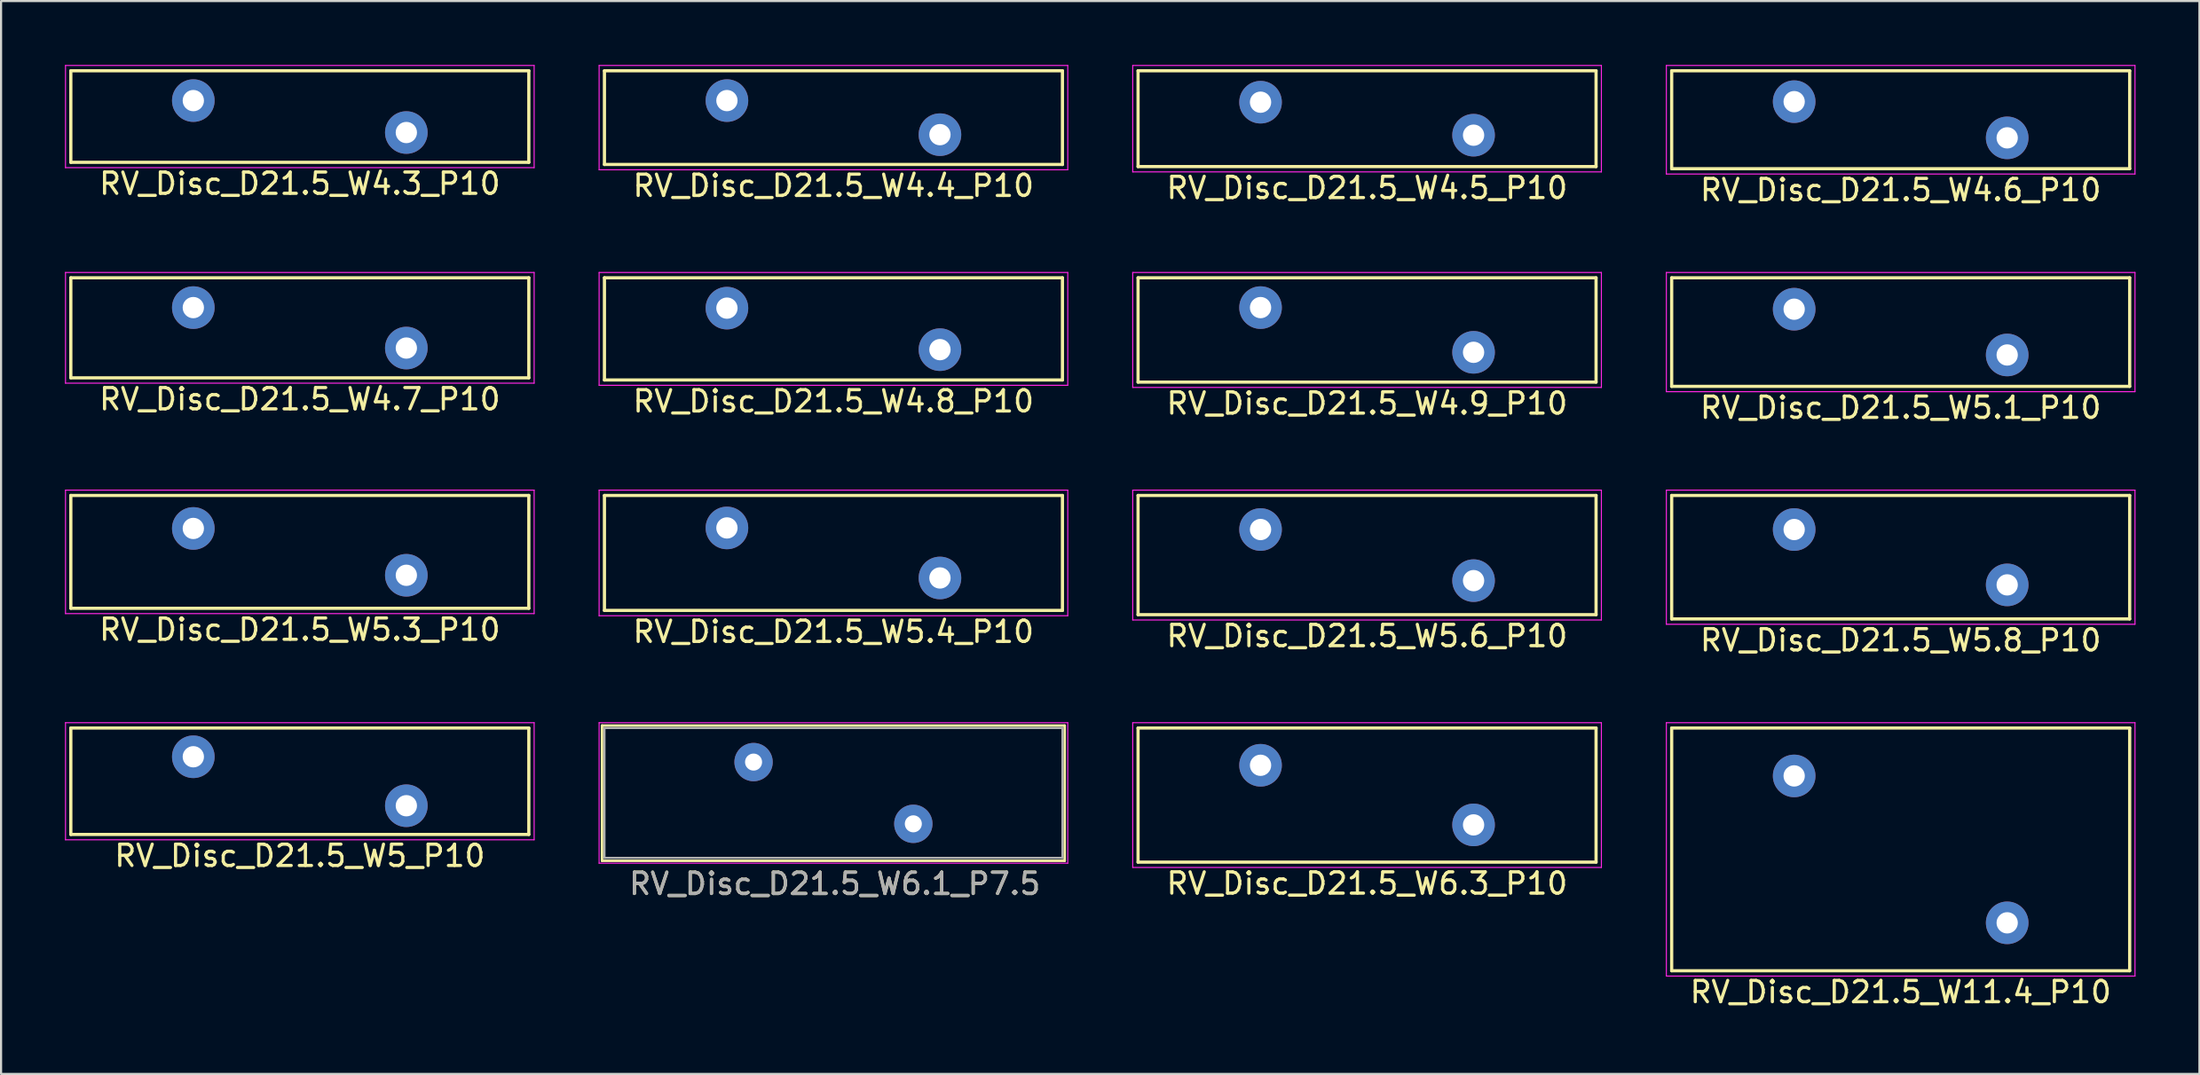
<source format=kicad_pcb>
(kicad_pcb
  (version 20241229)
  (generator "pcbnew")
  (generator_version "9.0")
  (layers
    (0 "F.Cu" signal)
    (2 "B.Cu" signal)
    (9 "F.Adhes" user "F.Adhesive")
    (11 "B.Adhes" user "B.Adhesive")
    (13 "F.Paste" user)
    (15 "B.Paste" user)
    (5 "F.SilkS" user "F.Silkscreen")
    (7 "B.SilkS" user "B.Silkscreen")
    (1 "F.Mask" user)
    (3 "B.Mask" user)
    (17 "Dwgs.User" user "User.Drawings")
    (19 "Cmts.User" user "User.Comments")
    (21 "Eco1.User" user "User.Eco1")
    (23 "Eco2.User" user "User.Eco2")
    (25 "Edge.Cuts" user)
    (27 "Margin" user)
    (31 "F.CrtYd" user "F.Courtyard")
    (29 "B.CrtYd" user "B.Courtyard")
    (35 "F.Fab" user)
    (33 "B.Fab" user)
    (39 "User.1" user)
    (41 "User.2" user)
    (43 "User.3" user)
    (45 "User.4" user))
  (footprint "RV_Disc_D21.5_W4.4_P10"
    (layer "F.Cu")
    (at 31.075 1.675)
    (property "Reference" "RV_Disc_D21.5_W4.4_P10" (at 5 4 0) (layer "F.SilkS") (effects (font (size 1 1) (thickness 0.15))))
    (attr through_hole)
    (fp_line (start -5.75 -1.4) (end -5.75 3) (stroke (width 0.15) (type solid)) (layer "F.SilkS"))
    (fp_line (start -5.75 -1.4) (end 15.75 -1.4) (stroke (width 0.15) (type solid)) (layer "F.SilkS"))
    (fp_line (start -5.75 3) (end 15.75 3) (stroke (width 0.15) (type solid)) (layer "F.SilkS"))
    (fp_line (start 15.75 -1.4) (end 15.75 3) (stroke (width 0.15) (type solid)) (layer "F.SilkS"))
    (fp_line (start -6 -1.65) (end -6 3.25) (stroke (width 0.05) (type solid)) (layer "F.CrtYd"))
    (fp_line (start -6 -1.65) (end 16 -1.65) (stroke (width 0.05) (type solid)) (layer "F.CrtYd"))
    (fp_line (start -6 3.25) (end 16 3.25) (stroke (width 0.05) (type solid)) (layer "F.CrtYd"))
    (fp_line (start 16 -1.65) (end 16 3.25) (stroke (width 0.05) (type solid)) (layer "F.CrtYd"))
    (pad "1" thru_hole circle (at 0 0) (size 2 2) (drill 1) (layers "*.Cu" "*.Mask"))
    (pad "2" thru_hole circle (at 10 1.6) (size 2 2) (drill 1) (layers "*.Cu" "*.Mask")))
  (footprint "RV_Disc_D21.5_W5.8_P10"
    (layer "F.Cu")
    (at 81.175 21.822)
    (property "Reference" "RV_Disc_D21.5_W5.8_P10" (at 5 5.2 0) (layer "F.SilkS") (effects (font (size 1 1) (thickness 0.15))))
    (attr through_hole)
    (fp_line (start -5.75 -1.6) (end -5.75 4.2) (stroke (width 0.15) (type solid)) (layer "F.SilkS"))
    (fp_line (start -5.75 -1.6) (end 15.75 -1.6) (stroke (width 0.15) (type solid)) (layer "F.SilkS"))
    (fp_line (start -5.75 4.2) (end 15.75 4.2) (stroke (width 0.15) (type solid)) (layer "F.SilkS"))
    (fp_line (start 15.75 -1.6) (end 15.75 4.2) (stroke (width 0.15) (type solid)) (layer "F.SilkS"))
    (fp_line (start -6 -1.85) (end -6 4.45) (stroke (width 0.05) (type solid)) (layer "F.CrtYd"))
    (fp_line (start -6 -1.85) (end 16 -1.85) (stroke (width 0.05) (type solid)) (layer "F.CrtYd"))
    (fp_line (start -6 4.45) (end 16 4.45) (stroke (width 0.05) (type solid)) (layer "F.CrtYd"))
    (fp_line (start 16 -1.85) (end 16 4.45) (stroke (width 0.05) (type solid)) (layer "F.CrtYd"))
    (pad "1" thru_hole circle (at 0 0) (size 2 2) (drill 1) (layers "*.Cu" "*.Mask"))
    (pad "2" thru_hole circle (at 10 2.6) (size 2 2) (drill 1) (layers "*.Cu" "*.Mask")))
  (footprint "RV_Disc_D21.5_W4.8_P10"
    (layer "F.Cu")
    (at 31.075 11.423)
    (property "Reference" "RV_Disc_D21.5_W4.8_P10" (at 5 4.375 0) (layer "F.SilkS") (effects (font (size 1 1) (thickness 0.15))))
    (attr through_hole)
    (fp_line (start -5.75 -1.425) (end -5.75 3.375) (stroke (width 0.15) (type solid)) (layer "F.SilkS"))
    (fp_line (start -5.75 -1.425) (end 15.75 -1.425) (stroke (width 0.15) (type solid)) (layer "F.SilkS"))
    (fp_line (start -5.75 3.375) (end 15.75 3.375) (stroke (width 0.15) (type solid)) (layer "F.SilkS"))
    (fp_line (start 15.75 -1.425) (end 15.75 3.375) (stroke (width 0.15) (type solid)) (layer "F.SilkS"))
    (fp_line (start -6 -1.675) (end -6 3.625) (stroke (width 0.05) (type solid)) (layer "F.CrtYd"))
    (fp_line (start -6 -1.675) (end 16 -1.675) (stroke (width 0.05) (type solid)) (layer "F.CrtYd"))
    (fp_line (start -6 3.625) (end 16 3.625) (stroke (width 0.05) (type solid)) (layer "F.CrtYd"))
    (fp_line (start 16 -1.675) (end 16 3.625) (stroke (width 0.05) (type solid)) (layer "F.CrtYd"))
    (pad "1" thru_hole circle (at 0 0) (size 2 2) (drill 1) (layers "*.Cu" "*.Mask"))
    (pad "2" thru_hole circle (at 10 1.95) (size 2 2) (drill 1) (layers "*.Cu" "*.Mask")))
  (footprint "RV_Disc_D21.5_W4.9_P10"
    (layer "F.Cu")
    (at 56.125 11.398)
    (property "Reference" "RV_Disc_D21.5_W4.9_P10" (at 5 4.5 0) (layer "F.SilkS") (effects (font (size 1 1) (thickness 0.15))))
    (attr through_hole)
    (fp_line (start -5.75 -1.4) (end -5.75 3.5) (stroke (width 0.15) (type solid)) (layer "F.SilkS"))
    (fp_line (start -5.75 -1.4) (end 15.75 -1.4) (stroke (width 0.15) (type solid)) (layer "F.SilkS"))
    (fp_line (start -5.75 3.5) (end 15.75 3.5) (stroke (width 0.15) (type solid)) (layer "F.SilkS"))
    (fp_line (start 15.75 -1.4) (end 15.75 3.5) (stroke (width 0.15) (type solid)) (layer "F.SilkS"))
    (fp_line (start -6 -1.65) (end -6 3.75) (stroke (width 0.05) (type solid)) (layer "F.CrtYd"))
    (fp_line (start -6 -1.65) (end 16 -1.65) (stroke (width 0.05) (type solid)) (layer "F.CrtYd"))
    (fp_line (start -6 3.75) (end 16 3.75) (stroke (width 0.05) (type solid)) (layer "F.CrtYd"))
    (fp_line (start 16 -1.65) (end 16 3.75) (stroke (width 0.05) (type solid)) (layer "F.CrtYd"))
    (pad "1" thru_hole circle (at 0 0) (size 2 2) (drill 1) (layers "*.Cu" "*.Mask"))
    (pad "2" thru_hole circle (at 10 2.1) (size 2 2) (drill 1) (layers "*.Cu" "*.Mask")))
  (footprint "RV_Disc_D21.5_W4.6_P10"
    (layer "F.Cu")
    (at 81.175 1.725)
    (property "Reference" "RV_Disc_D21.5_W4.6_P10" (at 5 4.15 0) (layer "F.SilkS") (effects (font (size 1 1) (thickness 0.15))))
    (attr through_hole)
    (fp_line (start -5.75 -1.45) (end -5.75 3.15) (stroke (width 0.15) (type solid)) (layer "F.SilkS"))
    (fp_line (start -5.75 -1.45) (end 15.75 -1.45) (stroke (width 0.15) (type solid)) (layer "F.SilkS"))
    (fp_line (start -5.75 3.15) (end 15.75 3.15) (stroke (width 0.15) (type solid)) (layer "F.SilkS"))
    (fp_line (start 15.75 -1.45) (end 15.75 3.15) (stroke (width 0.15) (type solid)) (layer "F.SilkS"))
    (fp_line (start -6 -1.7) (end -6 3.4) (stroke (width 0.05) (type solid)) (layer "F.CrtYd"))
    (fp_line (start -6 -1.7) (end 16 -1.7) (stroke (width 0.05) (type solid)) (layer "F.CrtYd"))
    (fp_line (start -6 3.4) (end 16 3.4) (stroke (width 0.05) (type solid)) (layer "F.CrtYd"))
    (fp_line (start 16 -1.7) (end 16 3.4) (stroke (width 0.05) (type solid)) (layer "F.CrtYd"))
    (pad "1" thru_hole circle (at 0 0) (size 2 2) (drill 1) (layers "*.Cu" "*.Mask"))
    (pad "2" thru_hole circle (at 10 1.7) (size 2 2) (drill 1) (layers "*.Cu" "*.Mask")))
  (footprint "RV_Disc_D21.5_W5_P10"
    (layer "F.Cu")
    (at 6.025 32.495)
    (property "Reference" "RV_Disc_D21.5_W5_P10" (at 5 4.65 0) (layer "F.SilkS") (effects (font (size 1 1) (thickness 0.15))))
    (attr through_hole)
    (fp_line (start -5.75 -1.35) (end -5.75 3.65) (stroke (width 0.15) (type solid)) (layer "F.SilkS"))
    (fp_line (start -5.75 -1.35) (end 15.75 -1.35) (stroke (width 0.15) (type solid)) (layer "F.SilkS"))
    (fp_line (start -5.75 3.65) (end 15.75 3.65) (stroke (width 0.15) (type solid)) (layer "F.SilkS"))
    (fp_line (start 15.75 -1.35) (end 15.75 3.65) (stroke (width 0.15) (type solid)) (layer "F.SilkS"))
    (fp_line (start -6 -1.6) (end -6 3.9) (stroke (width 0.05) (type solid)) (layer "F.CrtYd"))
    (fp_line (start -6 -1.6) (end 16 -1.6) (stroke (width 0.05) (type solid)) (layer "F.CrtYd"))
    (fp_line (start -6 3.9) (end 16 3.9) (stroke (width 0.05) (type solid)) (layer "F.CrtYd"))
    (fp_line (start 16 -1.6) (end 16 3.9) (stroke (width 0.05) (type solid)) (layer "F.CrtYd"))
    (pad "1" thru_hole circle (at 0 0) (size 2 2) (drill 1) (layers "*.Cu" "*.Mask"))
    (pad "2" thru_hole circle (at 10 2.3) (size 2 2) (drill 1) (layers "*.Cu" "*.Mask")))
  (footprint "RV_Disc_D21.5_W5.3_P10"
    (layer "F.Cu")
    (at 6.025 21.771)
    (property "Reference" "RV_Disc_D21.5_W5.3_P10" (at 5 4.75 0) (layer "F.SilkS") (effects (font (size 1 1) (thickness 0.15))))
    (attr through_hole)
    (fp_line (start -5.75 -1.55) (end -5.75 3.75) (stroke (width 0.15) (type solid)) (layer "F.SilkS"))
    (fp_line (start -5.75 -1.55) (end 15.75 -1.55) (stroke (width 0.15) (type solid)) (layer "F.SilkS"))
    (fp_line (start -5.75 3.75) (end 15.75 3.75) (stroke (width 0.15) (type solid)) (layer "F.SilkS"))
    (fp_line (start 15.75 -1.55) (end 15.75 3.75) (stroke (width 0.15) (type solid)) (layer "F.SilkS"))
    (fp_line (start -6 -1.8) (end -6 4) (stroke (width 0.05) (type solid)) (layer "F.CrtYd"))
    (fp_line (start -6 -1.8) (end 16 -1.8) (stroke (width 0.05) (type solid)) (layer "F.CrtYd"))
    (fp_line (start -6 4) (end 16 4) (stroke (width 0.05) (type solid)) (layer "F.CrtYd"))
    (fp_line (start 16 -1.8) (end 16 4) (stroke (width 0.05) (type solid)) (layer "F.CrtYd"))
    (pad "1" thru_hole circle (at 0 0) (size 2 2) (drill 1) (layers "*.Cu" "*.Mask"))
    (pad "2" thru_hole circle (at 10 2.2) (size 2 2) (drill 1) (layers "*.Cu" "*.Mask")))
  (footprint "RV_Disc_D21.5_W4.3_P10"
    (layer "F.Cu")
    (at 6.025 1.675)
    (property "Reference" "RV_Disc_D21.5_W4.3_P10" (at 5 3.9 0) (layer "F.SilkS") (effects (font (size 1 1) (thickness 0.15))))
    (attr through_hole)
    (fp_line (start -5.75 -1.4) (end -5.75 2.9) (stroke (width 0.15) (type solid)) (layer "F.SilkS"))
    (fp_line (start -5.75 -1.4) (end 15.75 -1.4) (stroke (width 0.15) (type solid)) (layer "F.SilkS"))
    (fp_line (start -5.75 2.9) (end 15.75 2.9) (stroke (width 0.15) (type solid)) (layer "F.SilkS"))
    (fp_line (start 15.75 -1.4) (end 15.75 2.9) (stroke (width 0.15) (type solid)) (layer "F.SilkS"))
    (fp_line (start -6 -1.65) (end -6 3.15) (stroke (width 0.05) (type solid)) (layer "F.CrtYd"))
    (fp_line (start -6 -1.65) (end 16 -1.65) (stroke (width 0.05) (type solid)) (layer "F.CrtYd"))
    (fp_line (start -6 3.15) (end 16 3.15) (stroke (width 0.05) (type solid)) (layer "F.CrtYd"))
    (fp_line (start 16 -1.65) (end 16 3.15) (stroke (width 0.05) (type solid)) (layer "F.CrtYd"))
    (pad "1" thru_hole circle (at 0 0) (size 2 2) (drill 1) (layers "*.Cu" "*.Mask"))
    (pad "2" thru_hole circle (at 10 1.5) (size 2 2) (drill 1) (layers "*.Cu" "*.Mask")))
  (footprint "RV_Disc_D21.5_W5.1_P10"
    (layer "F.Cu")
    (at 81.175 11.473)
    (property "Reference" "RV_Disc_D21.5_W5.1_P10" (at 5 4.625 0) (layer "F.SilkS") (effects (font (size 1 1) (thickness 0.15))))
    (attr through_hole)
    (fp_line (start -5.75 -1.475) (end -5.75 3.625) (stroke (width 0.15) (type solid)) (layer "F.SilkS"))
    (fp_line (start -5.75 -1.475) (end 15.75 -1.475) (stroke (width 0.15) (type solid)) (layer "F.SilkS"))
    (fp_line (start -5.75 3.625) (end 15.75 3.625) (stroke (width 0.15) (type solid)) (layer "F.SilkS"))
    (fp_line (start 15.75 -1.475) (end 15.75 3.625) (stroke (width 0.15) (type solid)) (layer "F.SilkS"))
    (fp_line (start -6 -1.725) (end -6 3.875) (stroke (width 0.05) (type solid)) (layer "F.CrtYd"))
    (fp_line (start -6 -1.725) (end 16 -1.725) (stroke (width 0.05) (type solid)) (layer "F.CrtYd"))
    (fp_line (start -6 3.875) (end 16 3.875) (stroke (width 0.05) (type solid)) (layer "F.CrtYd"))
    (fp_line (start 16 -1.725) (end 16 3.875) (stroke (width 0.05) (type solid)) (layer "F.CrtYd"))
    (pad "1" thru_hole circle (at 0 0) (size 2 2) (drill 1) (layers "*.Cu" "*.Mask"))
    (pad "2" thru_hole circle (at 10 2.15) (size 2 2) (drill 1) (layers "*.Cu" "*.Mask")))
  (footprint "RV_Disc_D21.5_W4.7_P10"
    (layer "F.Cu")
    (at 6.025 11.398)
    (property "Reference" "RV_Disc_D21.5_W4.7_P10" (at 5 4.3 0) (layer "F.SilkS") (effects (font (size 1 1) (thickness 0.15))))
    (attr through_hole)
    (fp_line (start -5.75 -1.4) (end -5.75 3.3) (stroke (width 0.15) (type solid)) (layer "F.SilkS"))
    (fp_line (start -5.75 -1.4) (end 15.75 -1.4) (stroke (width 0.15) (type solid)) (layer "F.SilkS"))
    (fp_line (start -5.75 3.3) (end 15.75 3.3) (stroke (width 0.15) (type solid)) (layer "F.SilkS"))
    (fp_line (start 15.75 -1.4) (end 15.75 3.3) (stroke (width 0.15) (type solid)) (layer "F.SilkS"))
    (fp_line (start -6 -1.65) (end -6 3.55) (stroke (width 0.05) (type solid)) (layer "F.CrtYd"))
    (fp_line (start -6 -1.65) (end 16 -1.65) (stroke (width 0.05) (type solid)) (layer "F.CrtYd"))
    (fp_line (start -6 3.55) (end 16 3.55) (stroke (width 0.05) (type solid)) (layer "F.CrtYd"))
    (fp_line (start 16 -1.65) (end 16 3.55) (stroke (width 0.05) (type solid)) (layer "F.CrtYd"))
    (pad "1" thru_hole circle (at 0 0) (size 2 2) (drill 1) (layers "*.Cu" "*.Mask"))
    (pad "2" thru_hole circle (at 10 1.9) (size 2 2) (drill 1) (layers "*.Cu" "*.Mask")))
  (footprint "RV_Disc_D21.5_W6.3_P10"
    (layer "F.Cu")
    (at 56.125 32.895)
    (property "Reference" "RV_Disc_D21.5_W6.3_P10" (at 5 5.55 0) (layer "F.SilkS") (effects (font (size 1 1) (thickness 0.15))))
    (attr through_hole)
    (fp_line (start -5.75 -1.75) (end -5.75 4.55) (stroke (width 0.15) (type solid)) (layer "F.SilkS"))
    (fp_line (start -5.75 -1.75) (end 15.75 -1.75) (stroke (width 0.15) (type solid)) (layer "F.SilkS"))
    (fp_line (start -5.75 4.55) (end 15.75 4.55) (stroke (width 0.15) (type solid)) (layer "F.SilkS"))
    (fp_line (start 15.75 -1.75) (end 15.75 4.55) (stroke (width 0.15) (type solid)) (layer "F.SilkS"))
    (fp_line (start -6 -2) (end -6 4.8) (stroke (width 0.05) (type solid)) (layer "F.CrtYd"))
    (fp_line (start -6 -2) (end 16 -2) (stroke (width 0.05) (type solid)) (layer "F.CrtYd"))
    (fp_line (start -6 4.8) (end 16 4.8) (stroke (width 0.05) (type solid)) (layer "F.CrtYd"))
    (fp_line (start 16 -2) (end 16 4.8) (stroke (width 0.05) (type solid)) (layer "F.CrtYd"))
    (pad "1" thru_hole circle (at 0 0) (size 2 2) (drill 1) (layers "*.Cu" "*.Mask"))
    (pad "2" thru_hole circle (at 10 2.8) (size 2 2) (drill 1) (layers "*.Cu" "*.Mask")))
  (footprint "RV_Disc_D21.5_W6.1_P7.5"
    (layer "F.Cu")
    (at 32.325 32.745)
    (property "Reference" "RV_Disc_D21.5_W6.1_P7.5" (at 3.81 5.715 0) (layer "F.SilkS") (effects (font (size 1 1) (thickness 0.15))))
    (attr through_hole)
    (fp_line (start -7.112 -1.714) (end 14.605 -1.714) (stroke (width 0.12) (type solid)) (layer "F.SilkS"))
    (fp_line (start -7.112 4.636) (end -7.112 -1.714) (stroke (width 0.12) (type solid)) (layer "F.SilkS"))
    (fp_line (start 14.605 -1.714) (end 14.605 4.636) (stroke (width 0.12) (type solid)) (layer "F.SilkS"))
    (fp_line (start 14.605 4.636) (end -7.112 4.636) (stroke (width 0.12) (type solid)) (layer "F.SilkS"))
    (fp_line (start -7.25 -1.85) (end -7.25 4.75) (stroke (width 0.05) (type solid)) (layer "F.CrtYd"))
    (fp_line (start -7.25 -1.85) (end 14.75 -1.85) (stroke (width 0.05) (type solid)) (layer "F.CrtYd"))
    (fp_line (start -7.25 4.75) (end 14.75 4.75) (stroke (width 0.05) (type solid)) (layer "F.CrtYd"))
    (fp_line (start 14.75 -1.85) (end 14.75 4.75) (stroke (width 0.05) (type solid)) (layer "F.CrtYd"))
    (fp_line (start -7 -1.6) (end -7 4.5) (stroke (width 0.1) (type solid)) (layer "F.Fab"))
    (fp_line (start -7 -1.6) (end 14.5 -1.6) (stroke (width 0.1) (type solid)) (layer "F.Fab"))
    (fp_line (start -7 4.5) (end 14.5 4.5) (stroke (width 0.1) (type solid)) (layer "F.Fab"))
    (fp_line (start 14.5 -1.6) (end 14.5 4.5) (stroke (width 0.1) (type solid)) (layer "F.Fab"))
    (fp_text user "${REFERENCE}" (at 3.81 5.715 0) (layer "F.Fab") (effects (font (size 1 1) (thickness 0.15))))
    (pad "1" thru_hole circle (at 0 0) (size 1.8 1.8) (drill 0.8) (layers "*.Cu" "*.Mask"))
    (pad "2" thru_hole circle (at 7.5 2.9) (size 1.8 1.8) (drill 0.8) (layers "*.Cu" "*.Mask")))
  (footprint "RV_Disc_D21.5_W4.5_P10"
    (layer "F.Cu")
    (at 56.125 1.75)
    (property "Reference" "RV_Disc_D21.5_W4.5_P10" (at 5 4.025 0) (layer "F.SilkS") (effects (font (size 1 1) (thickness 0.15))))
    (attr through_hole)
    (fp_line (start -5.75 -1.475) (end -5.75 3.025) (stroke (width 0.15) (type solid)) (layer "F.SilkS"))
    (fp_line (start -5.75 -1.475) (end 15.75 -1.475) (stroke (width 0.15) (type solid)) (layer "F.SilkS"))
    (fp_line (start -5.75 3.025) (end 15.75 3.025) (stroke (width 0.15) (type solid)) (layer "F.SilkS"))
    (fp_line (start 15.75 -1.475) (end 15.75 3.025) (stroke (width 0.15) (type solid)) (layer "F.SilkS"))
    (fp_line (start -6 -1.725) (end -6 3.275) (stroke (width 0.05) (type solid)) (layer "F.CrtYd"))
    (fp_line (start -6 -1.725) (end 16 -1.725) (stroke (width 0.05) (type solid)) (layer "F.CrtYd"))
    (fp_line (start -6 3.275) (end 16 3.275) (stroke (width 0.05) (type solid)) (layer "F.CrtYd"))
    (fp_line (start 16 -1.725) (end 16 3.275) (stroke (width 0.05) (type solid)) (layer "F.CrtYd"))
    (pad "1" thru_hole circle (at 0 0) (size 2 2) (drill 1) (layers "*.Cu" "*.Mask"))
    (pad "2" thru_hole circle (at 10 1.55) (size 2 2) (drill 1) (layers "*.Cu" "*.Mask")))
  (footprint "RV_Disc_D21.5_W11.4_P10"
    (layer "F.Cu")
    (at 81.175 33.395)
    (property "Reference" "RV_Disc_D21.5_W11.4_P10" (at 5 10.15 0) (layer "F.SilkS") (effects (font (size 1 1) (thickness 0.15))))
    (attr through_hole)
    (fp_line (start -5.75 -2.25) (end -5.75 9.15) (stroke (width 0.15) (type solid)) (layer "F.SilkS"))
    (fp_line (start -5.75 -2.25) (end 15.75 -2.25) (stroke (width 0.15) (type solid)) (layer "F.SilkS"))
    (fp_line (start -5.75 9.15) (end 15.75 9.15) (stroke (width 0.15) (type solid)) (layer "F.SilkS"))
    (fp_line (start 15.75 -2.25) (end 15.75 9.15) (stroke (width 0.15) (type solid)) (layer "F.SilkS"))
    (fp_line (start -6 -2.5) (end -6 9.4) (stroke (width 0.05) (type solid)) (layer "F.CrtYd"))
    (fp_line (start -6 -2.5) (end 16 -2.5) (stroke (width 0.05) (type solid)) (layer "F.CrtYd"))
    (fp_line (start -6 9.4) (end 16 9.4) (stroke (width 0.05) (type solid)) (layer "F.CrtYd"))
    (fp_line (start 16 -2.5) (end 16 9.4) (stroke (width 0.05) (type solid)) (layer "F.CrtYd"))
    (pad "1" thru_hole circle (at 0 0) (size 2 2) (drill 1) (layers "*.Cu" "*.Mask"))
    (pad "2" thru_hole circle (at 10 6.9) (size 2 2) (drill 1) (layers "*.Cu" "*.Mask")))
  (footprint "RV_Disc_D21.5_W5.6_P10"
    (layer "F.Cu")
    (at 56.125 21.822)
    (property "Reference" "RV_Disc_D21.5_W5.6_P10" (at 5 5 0) (layer "F.SilkS") (effects (font (size 1 1) (thickness 0.15))))
    (attr through_hole)
    (fp_line (start -5.75 -1.6) (end -5.75 4) (stroke (width 0.15) (type solid)) (layer "F.SilkS"))
    (fp_line (start -5.75 -1.6) (end 15.75 -1.6) (stroke (width 0.15) (type solid)) (layer "F.SilkS"))
    (fp_line (start -5.75 4) (end 15.75 4) (stroke (width 0.15) (type solid)) (layer "F.SilkS"))
    (fp_line (start 15.75 -1.6) (end 15.75 4) (stroke (width 0.15) (type solid)) (layer "F.SilkS"))
    (fp_line (start -6 -1.85) (end -6 4.25) (stroke (width 0.05) (type solid)) (layer "F.CrtYd"))
    (fp_line (start -6 -1.85) (end 16 -1.85) (stroke (width 0.05) (type solid)) (layer "F.CrtYd"))
    (fp_line (start -6 4.25) (end 16 4.25) (stroke (width 0.05) (type solid)) (layer "F.CrtYd"))
    (fp_line (start 16 -1.85) (end 16 4.25) (stroke (width 0.05) (type solid)) (layer "F.CrtYd"))
    (pad "1" thru_hole circle (at 0 0) (size 2 2) (drill 1) (layers "*.Cu" "*.Mask"))
    (pad "2" thru_hole circle (at 10 2.4) (size 2 2) (drill 1) (layers "*.Cu" "*.Mask")))
  (footprint "RV_Disc_D21.5_W5.4_P10"
    (layer "F.Cu")
    (at 31.075 21.747)
    (property "Reference" "RV_Disc_D21.5_W5.4_P10" (at 5 4.875 0) (layer "F.SilkS") (effects (font (size 1 1) (thickness 0.15))))
    (attr through_hole)
    (fp_line (start -5.75 -1.525) (end -5.75 3.875) (stroke (width 0.15) (type solid)) (layer "F.SilkS"))
    (fp_line (start -5.75 -1.525) (end 15.75 -1.525) (stroke (width 0.15) (type solid)) (layer "F.SilkS"))
    (fp_line (start -5.75 3.875) (end 15.75 3.875) (stroke (width 0.15) (type solid)) (layer "F.SilkS"))
    (fp_line (start 15.75 -1.525) (end 15.75 3.875) (stroke (width 0.15) (type solid)) (layer "F.SilkS"))
    (fp_line (start -6 -1.775) (end -6 4.125) (stroke (width 0.05) (type solid)) (layer "F.CrtYd"))
    (fp_line (start -6 -1.775) (end 16 -1.775) (stroke (width 0.05) (type solid)) (layer "F.CrtYd"))
    (fp_line (start -6 4.125) (end 16 4.125) (stroke (width 0.05) (type solid)) (layer "F.CrtYd"))
    (fp_line (start 16 -1.775) (end 16 4.125) (stroke (width 0.05) (type solid)) (layer "F.CrtYd"))
    (pad "1" thru_hole circle (at 0 0) (size 2 2) (drill 1) (layers "*.Cu" "*.Mask"))
    (pad "2" thru_hole circle (at 10 2.35) (size 2 2) (drill 1) (layers "*.Cu" "*.Mask")))
  (gr_rect
    (start -3 -3)
    (end 100.2 47.393)
    (stroke (width 0.1) (type default))
    (fill no)
    (layer "Edge.Cuts")))
</source>
